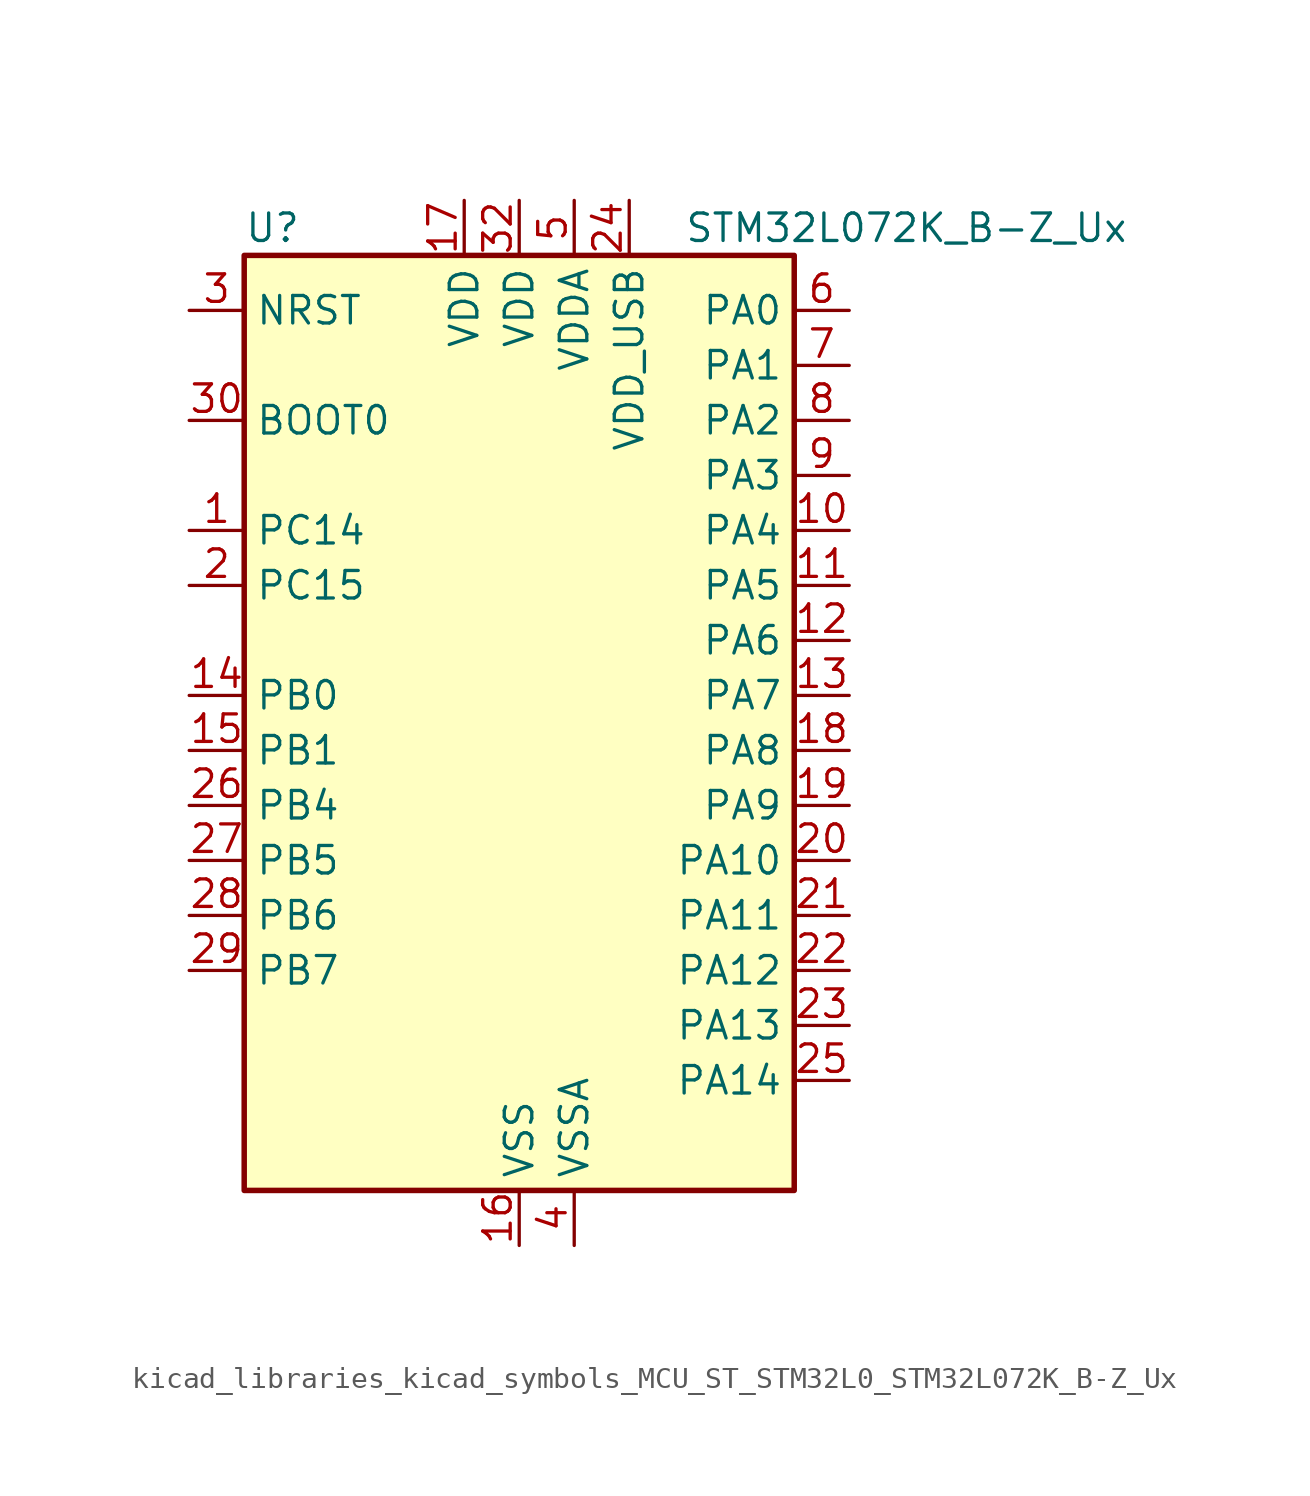
<source format=kicad_sym>
(kicad_symbol_lib
  (version 20220914)
  (generator kicad_symbol_editor)
  (symbol "kicad_libraries_kicad_symbols_MCU_ST_STM32L0_STM32L072K_B-Z_Ux"
    (property "Reference" "U"
      (at -12.7 24.13 0)
      (effects (font (size 1.27 1.27)) (justify left)))
    (property "Value" "STM32L072K_B-Z_Ux"
      (at 7.62 24.13 0)
      (effects (font (size 1.27 1.27)) (justify left)))
    (property "ki_locked" ""
      (at 0 0 0)
      (effects (font (size 1.27 1.27))))
    (symbol "kicad_libraries_kicad_symbols_MCU_ST_STM32L0_STM32L072K_B-Z_Ux_0_1"
      (rectangle (start -12.7 -20.32) (end 12.7 22.86) (stroke (width 0.254) (type default)) (fill (type background))))
    (symbol "kicad_libraries_kicad_symbols_MCU_ST_STM32L0_STM32L072K_B-Z_Ux_1_1"
      (pin bidirectional line (at -15.24 10.16 0) (length 2.54) (name "PC14" (effects (font (size 1.27 1.27)))) (number "1" (effects (font (size 1.27 1.27)))) (alternate "RCC_OSC32_IN" bidirectional line))
      (pin bidirectional line (at 15.24 10.16 180) (length 2.54) (name "PA4" (effects (font (size 1.27 1.27)))) (number "10" (effects (font (size 1.27 1.27)))) (alternate "ADC_IN4" bidirectional line) (alternate "COMP1_INM" bidirectional line) (alternate "COMP2_INM" bidirectional line) (alternate "DAC_OUT1" bidirectional line) (alternate "SPI1_NSS" bidirectional line) (alternate "TIM22_ETR" bidirectional line) (alternate "TSC_G2_IO1" bidirectional line) (alternate "USART2_CK" bidirectional line))
      (pin bidirectional line (at 15.24 7.62 180) (length 2.54) (name "PA5" (effects (font (size 1.27 1.27)))) (number "11" (effects (font (size 1.27 1.27)))) (alternate "ADC_IN5" bidirectional line) (alternate "COMP1_INM" bidirectional line) (alternate "COMP2_INM" bidirectional line) (alternate "DAC_OUT2" bidirectional line) (alternate "SPI1_SCK" bidirectional line) (alternate "TIM2_CH1" bidirectional line) (alternate "TIM2_ETR" bidirectional line) (alternate "TSC_G2_IO2" bidirectional line))
      (pin bidirectional line (at 15.24 5.08 180) (length 2.54) (name "PA6" (effects (font (size 1.27 1.27)))) (number "12" (effects (font (size 1.27 1.27)))) (alternate "ADC_IN6" bidirectional line) (alternate "COMP1_OUT" bidirectional line) (alternate "LPUART1_CTS" bidirectional line) (alternate "SPI1_MISO" bidirectional line) (alternate "TIM22_CH1" bidirectional line) (alternate "TIM3_CH1" bidirectional line) (alternate "TSC_G2_IO3" bidirectional line))
      (pin bidirectional line (at 15.24 2.54 180) (length 2.54) (name "PA7" (effects (font (size 1.27 1.27)))) (number "13" (effects (font (size 1.27 1.27)))) (alternate "ADC_IN7" bidirectional line) (alternate "COMP2_OUT" bidirectional line) (alternate "SPI1_MOSI" bidirectional line) (alternate "TIM22_CH2" bidirectional line) (alternate "TIM3_CH2" bidirectional line) (alternate "TSC_G2_IO4" bidirectional line))
      (pin bidirectional line (at -15.24 2.54 0) (length 2.54) (name "PB0" (effects (font (size 1.27 1.27)))) (number "14" (effects (font (size 1.27 1.27)))) (alternate "ADC_IN8" bidirectional line) (alternate "SYS_VREF_OUT_PB0" bidirectional line) (alternate "TIM3_CH3" bidirectional line) (alternate "TSC_G3_IO2" bidirectional line))
      (pin bidirectional line (at -15.24 0 0) (length 2.54) (name "PB1" (effects (font (size 1.27 1.27)))) (number "15" (effects (font (size 1.27 1.27)))) (alternate "ADC_IN9" bidirectional line) (alternate "LPUART1_DE" bidirectional line) (alternate "LPUART1_RTS" bidirectional line) (alternate "SYS_VREF_OUT_PB1" bidirectional line) (alternate "TIM3_CH4" bidirectional line) (alternate "TSC_G3_IO3" bidirectional line))
      (pin power_in line (at 0 -22.86 90) (length 2.54) (name "VSS" (effects (font (size 1.27 1.27)))) (number "16" (effects (font (size 1.27 1.27)))))
      (pin power_in line (at -2.54 25.4 270) (length 2.54) (name "VDD" (effects (font (size 1.27 1.27)))) (number "17" (effects (font (size 1.27 1.27)))))
      (pin bidirectional line (at 15.24 0 180) (length 2.54) (name "PA8" (effects (font (size 1.27 1.27)))) (number "18" (effects (font (size 1.27 1.27)))) (alternate "CRS_SYNC" bidirectional line) (alternate "I2C3_SCL" bidirectional line) (alternate "RCC_MCO" bidirectional line) (alternate "USART1_CK" bidirectional line))
      (pin bidirectional line (at 15.24 -2.54 180) (length 2.54) (name "PA9" (effects (font (size 1.27 1.27)))) (number "19" (effects (font (size 1.27 1.27)))) (alternate "DAC_EXTI9" bidirectional line) (alternate "I2C1_SCL" bidirectional line) (alternate "I2C3_SMBA" bidirectional line) (alternate "RCC_MCO" bidirectional line) (alternate "TSC_G4_IO1" bidirectional line) (alternate "USART1_TX" bidirectional line))
      (pin bidirectional line (at -15.24 7.62 0) (length 2.54) (name "PC15" (effects (font (size 1.27 1.27)))) (number "2" (effects (font (size 1.27 1.27)))) (alternate "RCC_OSC32_OUT" bidirectional line))
      (pin bidirectional line (at 15.24 -5.08 180) (length 2.54) (name "PA10" (effects (font (size 1.27 1.27)))) (number "20" (effects (font (size 1.27 1.27)))) (alternate "I2C1_SDA" bidirectional line) (alternate "TSC_G4_IO2" bidirectional line) (alternate "USART1_RX" bidirectional line))
      (pin bidirectional line (at 15.24 -7.62 180) (length 2.54) (name "PA11" (effects (font (size 1.27 1.27)))) (number "21" (effects (font (size 1.27 1.27)))) (alternate "ADC_EXTI11" bidirectional line) (alternate "COMP1_OUT" bidirectional line) (alternate "SPI1_MISO" bidirectional line) (alternate "TSC_G4_IO3" bidirectional line) (alternate "USART1_CTS" bidirectional line) (alternate "USB_DM" bidirectional line))
      (pin bidirectional line (at 15.24 -10.16 180) (length 2.54) (name "PA12" (effects (font (size 1.27 1.27)))) (number "22" (effects (font (size 1.27 1.27)))) (alternate "COMP2_OUT" bidirectional line) (alternate "SPI1_MOSI" bidirectional line) (alternate "TSC_G4_IO4" bidirectional line) (alternate "USART1_DE" bidirectional line) (alternate "USART1_RTS" bidirectional line) (alternate "USB_DP" bidirectional line))
      (pin bidirectional line (at 15.24 -12.7 180) (length 2.54) (name "PA13" (effects (font (size 1.27 1.27)))) (number "23" (effects (font (size 1.27 1.27)))) (alternate "LPUART1_RX" bidirectional line) (alternate "SYS_SWDIO" bidirectional line) (alternate "USB_NOE" bidirectional line))
      (pin power_in line (at 5.08 25.4 270) (length 2.54) (name "VDD_USB" (effects (font (size 1.27 1.27)))) (number "24" (effects (font (size 1.27 1.27)))))
      (pin bidirectional line (at 15.24 -15.24 180) (length 2.54) (name "PA14" (effects (font (size 1.27 1.27)))) (number "25" (effects (font (size 1.27 1.27)))) (alternate "LPUART1_TX" bidirectional line) (alternate "SYS_SWCLK" bidirectional line) (alternate "USART2_TX" bidirectional line))
      (pin bidirectional line (at -15.24 -2.54 0) (length 2.54) (name "PB4" (effects (font (size 1.27 1.27)))) (number "26" (effects (font (size 1.27 1.27)))) (alternate "COMP2_INP" bidirectional line) (alternate "I2C3_SDA" bidirectional line) (alternate "SPI1_MISO" bidirectional line) (alternate "TIM22_CH1" bidirectional line) (alternate "TIM3_CH1" bidirectional line) (alternate "TSC_G5_IO2" bidirectional line) (alternate "USART1_CTS" bidirectional line))
      (pin bidirectional line (at -15.24 -5.08 0) (length 2.54) (name "PB5" (effects (font (size 1.27 1.27)))) (number "27" (effects (font (size 1.27 1.27)))) (alternate "COMP2_INP" bidirectional line) (alternate "I2C1_SMBA" bidirectional line) (alternate "LPTIM1_IN1" bidirectional line) (alternate "SPI1_MOSI" bidirectional line) (alternate "TIM22_CH2" bidirectional line) (alternate "TIM3_CH2" bidirectional line) (alternate "USART1_CK" bidirectional line))
      (pin bidirectional line (at -15.24 -7.62 0) (length 2.54) (name "PB6" (effects (font (size 1.27 1.27)))) (number "28" (effects (font (size 1.27 1.27)))) (alternate "COMP2_INP" bidirectional line) (alternate "I2C1_SCL" bidirectional line) (alternate "LPTIM1_ETR" bidirectional line) (alternate "TSC_G5_IO3" bidirectional line) (alternate "USART1_TX" bidirectional line))
      (pin bidirectional line (at -15.24 -10.16 0) (length 2.54) (name "PB7" (effects (font (size 1.27 1.27)))) (number "29" (effects (font (size 1.27 1.27)))) (alternate "COMP2_INP" bidirectional line) (alternate "I2C1_SDA" bidirectional line) (alternate "LPTIM1_IN2" bidirectional line) (alternate "SYS_PVD_IN" bidirectional line) (alternate "TSC_G5_IO4" bidirectional line) (alternate "USART1_RX" bidirectional line) (alternate "USART4_CTS" bidirectional line))
      (pin input line (at -15.24 20.32 0) (length 2.54) (name "NRST" (effects (font (size 1.27 1.27)))) (number "3" (effects (font (size 1.27 1.27)))))
      (pin input line (at -15.24 15.24 0) (length 2.54) (name "BOOT0" (effects (font (size 1.27 1.27)))) (number "30" (effects (font (size 1.27 1.27)))))
      (pin passive line (at 0 -22.86 90) (length 2.54) hide (name "VSS" (effects (font (size 1.27 1.27)))) (number "31" (effects (font (size 1.27 1.27)))))
      (pin power_in line (at 0 25.4 270) (length 2.54) (name "VDD" (effects (font (size 1.27 1.27)))) (number "32" (effects (font (size 1.27 1.27)))))
      (pin passive line (at 0 -22.86 90) (length 2.54) hide (name "VSS" (effects (font (size 1.27 1.27)))) (number "33" (effects (font (size 1.27 1.27)))))
      (pin power_in line (at 2.54 -22.86 90) (length 2.54) (name "VSSA" (effects (font (size 1.27 1.27)))) (number "4" (effects (font (size 1.27 1.27)))))
      (pin power_in line (at 2.54 25.4 270) (length 2.54) (name "VDDA" (effects (font (size 1.27 1.27)))) (number "5" (effects (font (size 1.27 1.27)))))
      (pin bidirectional line (at 15.24 20.32 180) (length 2.54) (name "PA0" (effects (font (size 1.27 1.27)))) (number "6" (effects (font (size 1.27 1.27)))) (alternate "ADC_IN0" bidirectional line) (alternate "COMP1_INM" bidirectional line) (alternate "COMP1_OUT" bidirectional line) (alternate "RTC_TAMP2" bidirectional line) (alternate "SYS_WKUP1" bidirectional line) (alternate "TIM2_CH1" bidirectional line) (alternate "TIM2_ETR" bidirectional line) (alternate "TSC_G1_IO1" bidirectional line) (alternate "USART2_CTS" bidirectional line) (alternate "USART4_TX" bidirectional line))
      (pin bidirectional line (at 15.24 17.78 180) (length 2.54) (name "PA1" (effects (font (size 1.27 1.27)))) (number "7" (effects (font (size 1.27 1.27)))) (alternate "ADC_IN1" bidirectional line) (alternate "COMP1_INP" bidirectional line) (alternate "TIM21_ETR" bidirectional line) (alternate "TIM2_CH2" bidirectional line) (alternate "TSC_G1_IO2" bidirectional line) (alternate "USART2_DE" bidirectional line) (alternate "USART2_RTS" bidirectional line) (alternate "USART4_RX" bidirectional line))
      (pin bidirectional line (at 15.24 15.24 180) (length 2.54) (name "PA2" (effects (font (size 1.27 1.27)))) (number "8" (effects (font (size 1.27 1.27)))) (alternate "ADC_IN2" bidirectional line) (alternate "COMP2_INM" bidirectional line) (alternate "COMP2_OUT" bidirectional line) (alternate "LPUART1_TX" bidirectional line) (alternate "TIM21_CH1" bidirectional line) (alternate "TIM2_CH3" bidirectional line) (alternate "TSC_G1_IO3" bidirectional line) (alternate "USART2_TX" bidirectional line))
      (pin bidirectional line (at 15.24 12.7 180) (length 2.54) (name "PA3" (effects (font (size 1.27 1.27)))) (number "9" (effects (font (size 1.27 1.27)))) (alternate "ADC_IN3" bidirectional line) (alternate "COMP2_INP" bidirectional line) (alternate "LPUART1_RX" bidirectional line) (alternate "TIM21_CH2" bidirectional line) (alternate "TIM2_CH4" bidirectional line) (alternate "TSC_G1_IO4" bidirectional line) (alternate "USART2_RX" bidirectional line)))))
</source>
